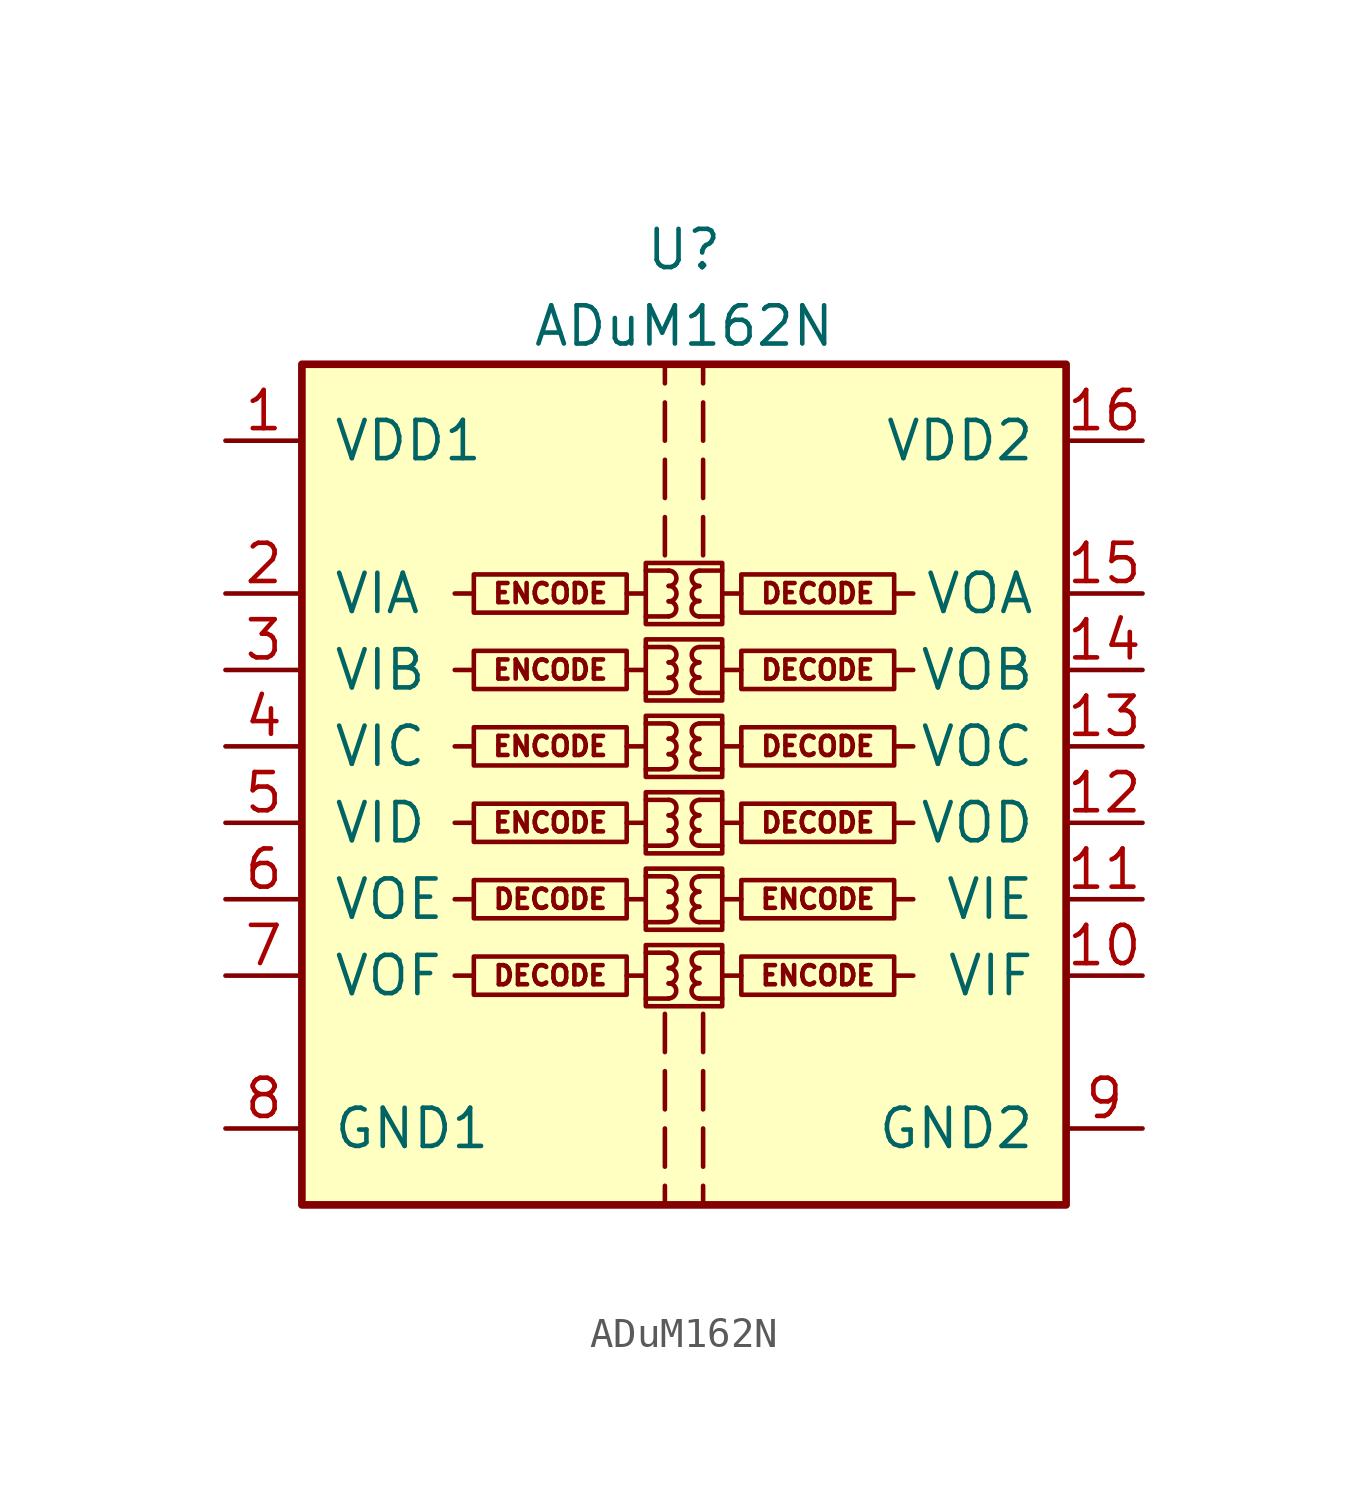
<source format=kicad_sym>
(kicad_symbol_lib
  (version 20231120)
  (generator "kicad_symbol_editor")
  (generator_version "8.0")
  (symbol "ADuM162N"
    (pin_names
      (offset 1.016))
    (property "Reference" "U"
      (at 0 19.05 0)
      (effects (font (size 1.27 1.27))))
    (property "Value" "ADuM162N"
      (at 0 16.51 0)
      (effects (font (size 1.27 1.27))))
    (symbol "ADuM162N_0_0"
      (rectangle (start -1.27 3.556) (end 1.27 1.524) (stroke (width 0) (type solid)) (fill (type none)))
      (rectangle (start -1.27 6.096) (end 1.27 4.064) (stroke (width 0) (type solid)) (fill (type none)))
      (rectangle (start -1.27 8.636) (end 1.27 6.604) (stroke (width 0) (type solid)) (fill (type none)))
      (arc (start -0.508 1.778) (mid -0.2551 2.032) (end -0.508 2.286) (stroke (width 0) (type solid)) (fill (type none)))
      (arc (start -0.508 2.286) (mid -0.2551 2.54) (end -0.508 2.794) (stroke (width 0) (type solid)) (fill (type none)))
      (arc (start -0.508 2.794) (mid -0.2551 3.048) (end -0.508 3.302) (stroke (width 0) (type solid)) (fill (type none)))
      (arc (start -0.508 4.318) (mid -0.2551 4.572) (end -0.508 4.826) (stroke (width 0) (type solid)) (fill (type none)))
      (arc (start -0.508 4.826) (mid -0.2551 5.08) (end -0.508 5.334) (stroke (width 0) (type solid)) (fill (type none)))
      (arc (start -0.508 5.334) (mid -0.2551 5.588) (end -0.508 5.842) (stroke (width 0) (type solid)) (fill (type none)))
      (arc (start -0.508 6.858) (mid -0.2551 7.112) (end -0.508 7.366) (stroke (width 0) (type solid)) (fill (type none)))
      (arc (start -0.508 7.366) (mid -0.2551 7.62) (end -0.508 7.874) (stroke (width 0) (type solid)) (fill (type none)))
      (arc (start -0.508 7.874) (mid -0.2551 8.128) (end -0.508 8.382) (stroke (width 0) (type solid)) (fill (type none)))
      (polyline (pts (xy -6.985 2.54) (xy -7.62 2.54)) (stroke (width 0) (type solid)) (fill (type none)))
      (polyline (pts (xy -6.985 5.08) (xy -7.62 5.08)) (stroke (width 0) (type solid)) (fill (type none)))
      (polyline (pts (xy -6.985 7.62) (xy -7.62 7.62)) (stroke (width 0) (type solid)) (fill (type none)))
      (polyline (pts (xy -1.905 2.54) (xy -1.27 2.54)) (stroke (width 0) (type solid)) (fill (type none)))
      (polyline (pts (xy -1.905 5.08) (xy -1.27 5.08)) (stroke (width 0) (type solid)) (fill (type none)))
      (polyline (pts (xy -1.905 7.62) (xy -1.27 7.62)) (stroke (width 0) (type solid)) (fill (type none)))
      (polyline (pts (xy -1.27 1.778) (xy -0.508 1.778)) (stroke (width 0) (type solid)) (fill (type none)))
      (polyline (pts (xy -1.27 3.302) (xy -0.508 3.302)) (stroke (width 0) (type solid)) (fill (type none)))
      (polyline (pts (xy -1.27 4.318) (xy -0.508 4.318)) (stroke (width 0) (type solid)) (fill (type none)))
      (polyline (pts (xy -1.27 5.842) (xy -0.508 5.842)) (stroke (width 0) (type solid)) (fill (type none)))
      (polyline (pts (xy -1.27 6.858) (xy -0.508 6.858)) (stroke (width 0) (type solid)) (fill (type none)))
      (polyline (pts (xy -1.27 8.382) (xy -0.508 8.382)) (stroke (width 0) (type solid)) (fill (type none)))
      (polyline (pts (xy -0.635 -10.16) (xy -0.635 -11.43)) (stroke (width 0) (type solid)) (fill (type none)))
      (polyline (pts (xy -0.635 -8.255) (xy -0.635 -9.525)) (stroke (width 0) (type solid)) (fill (type none)))
      (polyline (pts (xy -0.635 -6.35) (xy -0.635 -7.62)) (stroke (width 0) (type solid)) (fill (type none)))
      (polyline (pts (xy -0.635 8.89) (xy -0.635 10.16)) (stroke (width 0) (type solid)) (fill (type none)))
      (polyline (pts (xy -0.635 10.795) (xy -0.635 12.065)) (stroke (width 0) (type solid)) (fill (type none)))
      (polyline (pts (xy -0.635 12.7) (xy -0.635 13.97)) (stroke (width 0) (type solid)) (fill (type none)))
      (polyline (pts (xy -0.635 15.24) (xy -0.635 14.605)) (stroke (width 0) (type solid)) (fill (type none)))
      (polyline (pts (xy 0.635 -10.16) (xy 0.635 -11.43)) (stroke (width 0) (type solid)) (fill (type none)))
      (polyline (pts (xy 0.635 -8.255) (xy 0.635 -9.525)) (stroke (width 0) (type solid)) (fill (type none)))
      (polyline (pts (xy 0.635 -6.35) (xy 0.635 -7.62)) (stroke (width 0) (type solid)) (fill (type none)))
      (polyline (pts (xy 0.635 8.89) (xy 0.635 10.16)) (stroke (width 0) (type solid)) (fill (type none)))
      (polyline (pts (xy 0.635 12.065) (xy 0.635 10.795)) (stroke (width 0) (type solid)) (fill (type none)))
      (polyline (pts (xy 0.635 13.97) (xy 0.635 12.7)) (stroke (width 0) (type solid)) (fill (type none)))
      (polyline (pts (xy 0.635 14.605) (xy 0.635 15.24)) (stroke (width 0) (type solid)) (fill (type none)))
      (polyline (pts (xy 1.27 1.778) (xy 0.508 1.778)) (stroke (width 0) (type solid)) (fill (type none)))
      (polyline (pts (xy 1.27 3.302) (xy 0.508 3.302)) (stroke (width 0) (type solid)) (fill (type none)))
      (polyline (pts (xy 1.27 4.318) (xy 0.508 4.318)) (stroke (width 0) (type solid)) (fill (type none)))
      (polyline (pts (xy 1.27 5.842) (xy 0.508 5.842)) (stroke (width 0) (type solid)) (fill (type none)))
      (polyline (pts (xy 1.27 6.858) (xy 0.508 6.858)) (stroke (width 0) (type solid)) (fill (type none)))
      (polyline (pts (xy 1.27 8.382) (xy 0.508 8.382)) (stroke (width 0) (type solid)) (fill (type none)))
      (polyline (pts (xy 1.905 2.54) (xy 1.27 2.54)) (stroke (width 0) (type solid)) (fill (type none)))
      (polyline (pts (xy 1.905 5.08) (xy 1.27 5.08)) (stroke (width 0) (type solid)) (fill (type none)))
      (polyline (pts (xy 1.905 7.62) (xy 1.27 7.62)) (stroke (width 0) (type solid)) (fill (type none)))
      (polyline (pts (xy 6.985 2.54) (xy 7.62 2.54)) (stroke (width 0) (type solid)) (fill (type none)))
      (polyline (pts (xy 6.985 5.08) (xy 7.62 5.08)) (stroke (width 0) (type solid)) (fill (type none)))
      (polyline (pts (xy 6.985 7.62) (xy 7.62 7.62)) (stroke (width 0) (type solid)) (fill (type none)))
      (arc (start 0.508 2.286) (mid 0.2551 2.032) (end 0.508 1.778) (stroke (width 0) (type solid)) (fill (type none)))
      (arc (start 0.508 2.794) (mid 0.2551 2.54) (end 0.508 2.286) (stroke (width 0) (type solid)) (fill (type none)))
      (arc (start 0.508 3.302) (mid 0.2551 3.048) (end 0.508 2.794) (stroke (width 0) (type solid)) (fill (type none)))
      (arc (start 0.508 4.826) (mid 0.2551 4.572) (end 0.508 4.318) (stroke (width 0) (type solid)) (fill (type none)))
      (arc (start 0.508 5.334) (mid 0.2551 5.08) (end 0.508 4.826) (stroke (width 0) (type solid)) (fill (type none)))
      (arc (start 0.508 5.842) (mid 0.2551 5.588) (end 0.508 5.334) (stroke (width 0) (type solid)) (fill (type none)))
      (arc (start 0.508 7.366) (mid 0.2551 7.112) (end 0.508 6.858) (stroke (width 0) (type solid)) (fill (type none)))
      (arc (start 0.508 7.874) (mid 0.2551 7.62) (end 0.508 7.366) (stroke (width 0) (type solid)) (fill (type none)))
      (arc (start 0.508 8.382) (mid 0.2551 8.128) (end 0.508 7.874) (stroke (width 0) (type solid)) (fill (type none)))
      (rectangle (start 1.905 3.175) (end 6.985 1.905) (stroke (width 0) (type solid)) (fill (type none)))
      (rectangle (start 1.905 5.715) (end 6.985 4.445) (stroke (width 0) (type solid)) (fill (type none)))
      (rectangle (start 1.905 8.255) (end 6.985 6.985) (stroke (width 0) (type solid)) (fill (type none)))
      (text "DECODE" (at 4.445 2.54 0) (effects (font (size 0.635 0.635))))
      (text "DECODE" (at 4.445 5.08 0) (effects (font (size 0.635 0.635))))
      (text "DECODE" (at 4.445 7.62 0) (effects (font (size 0.635 0.635))))
      (text "ENCODE" (at -4.445 2.54 0) (effects (font (size 0.635 0.635))))
      (text "ENCODE" (at -4.445 5.08 0) (effects (font (size 0.635 0.635))))
      (text "ENCODE" (at -4.445 7.62 0) (effects (font (size 0.635 0.635)))))
    (symbol "ADuM162N_0_1"
      (rectangle (start -12.7 15.24) (end 12.7 -12.7) (stroke (width 0.254) (type solid)) (fill (type background)))
      (rectangle (start -1.905 3.175) (end -6.985 1.905) (stroke (width 0) (type solid)) (fill (type none)))
      (rectangle (start -1.905 5.715) (end -6.985 4.445) (stroke (width 0) (type solid)) (fill (type none)))
      (rectangle (start -1.905 8.255) (end -6.985 6.985) (stroke (width 0) (type solid)) (fill (type none))))
    (symbol "ADuM162N_1_0"
      (rectangle (start -1.905 -4.445) (end -6.985 -5.715) (stroke (width 0) (type solid)) (fill (type none)))
      (rectangle (start -1.905 -1.905) (end -6.985 -3.175) (stroke (width 0) (type solid)) (fill (type none)))
      (rectangle (start -1.27 -4.064) (end 1.27 -6.096) (stroke (width 0) (type solid)) (fill (type none)))
      (rectangle (start -1.27 -1.524) (end 1.27 -3.556) (stroke (width 0) (type solid)) (fill (type none)))
      (rectangle (start -1.27 1.016) (end 1.27 -1.016) (stroke (width 0) (type solid)) (fill (type none)))
      (arc (start -0.508 -5.842) (mid -0.2551 -5.588) (end -0.508 -5.334) (stroke (width 0) (type solid)) (fill (type none)))
      (arc (start -0.508 -5.334) (mid -0.2551 -5.08) (end -0.508 -4.826) (stroke (width 0) (type solid)) (fill (type none)))
      (arc (start -0.508 -4.826) (mid -0.2551 -4.572) (end -0.508 -4.318) (stroke (width 0) (type solid)) (fill (type none)))
      (arc (start -0.508 -3.302) (mid -0.2551 -3.048) (end -0.508 -2.794) (stroke (width 0) (type solid)) (fill (type none)))
      (arc (start -0.508 -2.794) (mid -0.2551 -2.54) (end -0.508 -2.286) (stroke (width 0) (type solid)) (fill (type none)))
      (arc (start -0.508 -2.286) (mid -0.2551 -2.032) (end -0.508 -1.778) (stroke (width 0) (type solid)) (fill (type none)))
      (arc (start -0.508 -0.762) (mid -0.2551 -0.508) (end -0.508 -0.254) (stroke (width 0) (type solid)) (fill (type none)))
      (arc (start -0.508 -0.254) (mid -0.2551 0) (end -0.508 0.254) (stroke (width 0) (type solid)) (fill (type none)))
      (arc (start -0.508 0.254) (mid -0.2551 0.508) (end -0.508 0.762) (stroke (width 0) (type solid)) (fill (type none)))
      (polyline (pts (xy -6.985 -5.08) (xy -7.62 -5.08)) (stroke (width 0) (type solid)) (fill (type none)))
      (polyline (pts (xy -6.985 -2.54) (xy -7.62 -2.54)) (stroke (width 0) (type solid)) (fill (type none)))
      (polyline (pts (xy -6.985 0) (xy -7.62 0)) (stroke (width 0) (type solid)) (fill (type none)))
      (polyline (pts (xy -1.905 -5.08) (xy -1.27 -5.08)) (stroke (width 0) (type solid)) (fill (type none)))
      (polyline (pts (xy -1.905 -2.54) (xy -1.27 -2.54)) (stroke (width 0) (type solid)) (fill (type none)))
      (polyline (pts (xy -1.905 0) (xy -1.27 0)) (stroke (width 0) (type solid)) (fill (type none)))
      (polyline (pts (xy -1.27 -5.842) (xy -0.508 -5.842)) (stroke (width 0) (type solid)) (fill (type none)))
      (polyline (pts (xy -1.27 -4.318) (xy -0.508 -4.318)) (stroke (width 0) (type solid)) (fill (type none)))
      (polyline (pts (xy -1.27 -3.302) (xy -0.508 -3.302)) (stroke (width 0) (type solid)) (fill (type none)))
      (polyline (pts (xy -1.27 -1.778) (xy -0.508 -1.778)) (stroke (width 0) (type solid)) (fill (type none)))
      (polyline (pts (xy -1.27 -0.762) (xy -0.508 -0.762)) (stroke (width 0) (type solid)) (fill (type none)))
      (polyline (pts (xy -1.27 0.762) (xy -0.508 0.762)) (stroke (width 0) (type solid)) (fill (type none)))
      (polyline (pts (xy -0.635 -12.065) (xy -0.635 -12.7)) (stroke (width 0) (type solid)) (fill (type none)))
      (polyline (pts (xy 0.635 -12.065) (xy 0.635 -12.7)) (stroke (width 0) (type solid)) (fill (type none)))
      (polyline (pts (xy 1.27 -5.842) (xy 0.508 -5.842)) (stroke (width 0) (type solid)) (fill (type none)))
      (polyline (pts (xy 1.27 -4.318) (xy 0.508 -4.318)) (stroke (width 0) (type solid)) (fill (type none)))
      (polyline (pts (xy 1.27 -3.302) (xy 0.508 -3.302)) (stroke (width 0) (type solid)) (fill (type none)))
      (polyline (pts (xy 1.27 -1.778) (xy 0.508 -1.778)) (stroke (width 0) (type solid)) (fill (type none)))
      (polyline (pts (xy 1.27 -0.762) (xy 0.508 -0.762)) (stroke (width 0) (type solid)) (fill (type none)))
      (polyline (pts (xy 1.27 0.762) (xy 0.508 0.762)) (stroke (width 0) (type solid)) (fill (type none)))
      (polyline (pts (xy 1.905 -5.08) (xy 1.27 -5.08)) (stroke (width 0) (type solid)) (fill (type none)))
      (polyline (pts (xy 1.905 -2.54) (xy 1.27 -2.54)) (stroke (width 0) (type solid)) (fill (type none)))
      (polyline (pts (xy 1.905 0) (xy 1.27 0)) (stroke (width 0) (type solid)) (fill (type none)))
      (polyline (pts (xy 6.985 -5.08) (xy 7.62 -5.08)) (stroke (width 0) (type solid)) (fill (type none)))
      (polyline (pts (xy 6.985 -2.54) (xy 7.62 -2.54)) (stroke (width 0) (type solid)) (fill (type none)))
      (polyline (pts (xy 6.985 0) (xy 7.62 0)) (stroke (width 0) (type solid)) (fill (type none)))
      (arc (start 0.508 -5.334) (mid 0.2551 -5.588) (end 0.508 -5.842) (stroke (width 0) (type solid)) (fill (type none)))
      (arc (start 0.508 -4.826) (mid 0.2551 -5.08) (end 0.508 -5.334) (stroke (width 0) (type solid)) (fill (type none)))
      (arc (start 0.508 -4.318) (mid 0.2551 -4.572) (end 0.508 -4.826) (stroke (width 0) (type solid)) (fill (type none)))
      (arc (start 0.508 -2.794) (mid 0.2551 -3.048) (end 0.508 -3.302) (stroke (width 0) (type solid)) (fill (type none)))
      (arc (start 0.508 -2.286) (mid 0.2551 -2.54) (end 0.508 -2.794) (stroke (width 0) (type solid)) (fill (type none)))
      (arc (start 0.508 -1.778) (mid 0.2551 -2.032) (end 0.508 -2.286) (stroke (width 0) (type solid)) (fill (type none)))
      (arc (start 0.508 -0.254) (mid 0.2551 -0.508) (end 0.508 -0.762) (stroke (width 0) (type solid)) (fill (type none)))
      (arc (start 0.508 0.254) (mid 0.2551 0) (end 0.508 -0.254) (stroke (width 0) (type solid)) (fill (type none)))
      (arc (start 0.508 0.762) (mid 0.2551 0.508) (end 0.508 0.254) (stroke (width 0) (type solid)) (fill (type none)))
      (rectangle (start 1.905 -4.445) (end 6.985 -5.715) (stroke (width 0) (type solid)) (fill (type none)))
      (rectangle (start 1.905 -1.905) (end 6.985 -3.175) (stroke (width 0) (type solid)) (fill (type none)))
      (rectangle (start 1.905 0.635) (end 6.985 -0.635) (stroke (width 0) (type solid)) (fill (type none)))
      (text "DECODE" (at -4.445 -5.08 0) (effects (font (size 0.635 0.635))))
      (text "DECODE" (at -4.445 -2.54 0) (effects (font (size 0.635 0.635))))
      (text "DECODE" (at 4.445 0 0) (effects (font (size 0.635 0.635))))
      (text "ENCODE" (at -4.445 0 0) (effects (font (size 0.635 0.635))))
      (text "ENCODE" (at 4.445 -5.08 0) (effects (font (size 0.635 0.635))))
      (text "ENCODE" (at 4.445 -2.54 0) (effects (font (size 0.635 0.635)))))
    (symbol "ADuM162N_1_1"
      (rectangle (start -1.905 0.635) (end -6.985 -0.635) (stroke (width 0) (type solid)) (fill (type none)))
      (pin power_in line (at -15.24 12.7 0) (length 2.54) (name "VDD1" (effects (font (size 1.27 1.27)))) (number "1" (effects (font (size 1.27 1.27)))))
      (pin input line (at 15.24 -5.08 180) (length 2.54) (name "VIF" (effects (font (size 1.27 1.27)))) (number "10" (effects (font (size 1.27 1.27)))))
      (pin input line (at 15.24 -2.54 180) (length 2.54) (name "VIE" (effects (font (size 1.27 1.27)))) (number "11" (effects (font (size 1.27 1.27)))))
      (pin output line (at 15.24 0 180) (length 2.54) (name "VOD" (effects (font (size 1.27 1.27)))) (number "12" (effects (font (size 1.27 1.27)))))
      (pin output line (at 15.24 2.54 180) (length 2.54) (name "VOC" (effects (font (size 1.27 1.27)))) (number "13" (effects (font (size 1.27 1.27)))))
      (pin output line (at 15.24 5.08 180) (length 2.54) (name "VOB" (effects (font (size 1.27 1.27)))) (number "14" (effects (font (size 1.27 1.27)))))
      (pin output line (at 15.24 7.62 180) (length 2.54) (name "VOA" (effects (font (size 1.27 1.27)))) (number "15" (effects (font (size 1.27 1.27)))))
      (pin power_in line (at 15.24 12.7 180) (length 2.54) (name "VDD2" (effects (font (size 1.27 1.27)))) (number "16" (effects (font (size 1.27 1.27)))))
      (pin input line (at -15.24 7.62 0) (length 2.54) (name "VIA" (effects (font (size 1.27 1.27)))) (number "2" (effects (font (size 1.27 1.27)))))
      (pin input line (at -15.24 5.08 0) (length 2.54) (name "VIB" (effects (font (size 1.27 1.27)))) (number "3" (effects (font (size 1.27 1.27)))))
      (pin input line (at -15.24 2.54 0) (length 2.54) (name "VIC" (effects (font (size 1.27 1.27)))) (number "4" (effects (font (size 1.27 1.27)))))
      (pin input line (at -15.24 0 0) (length 2.54) (name "VID" (effects (font (size 1.27 1.27)))) (number "5" (effects (font (size 1.27 1.27)))))
      (pin output line (at -15.24 -2.54 0) (length 2.54) (name "VOE" (effects (font (size 1.27 1.27)))) (number "6" (effects (font (size 1.27 1.27)))))
      (pin output line (at -15.24 -5.08 0) (length 2.54) (name "VOF" (effects (font (size 1.27 1.27)))) (number "7" (effects (font (size 1.27 1.27)))))
      (pin power_in line (at -15.24 -10.16 0) (length 2.54) (name "GND1" (effects (font (size 1.27 1.27)))) (number "8" (effects (font (size 1.27 1.27)))))
      (pin power_in line (at 15.24 -10.16 180) (length 2.54) (name "GND2" (effects (font (size 1.27 1.27)))) (number "9" (effects (font (size 1.27 1.27))))))))
</source>
